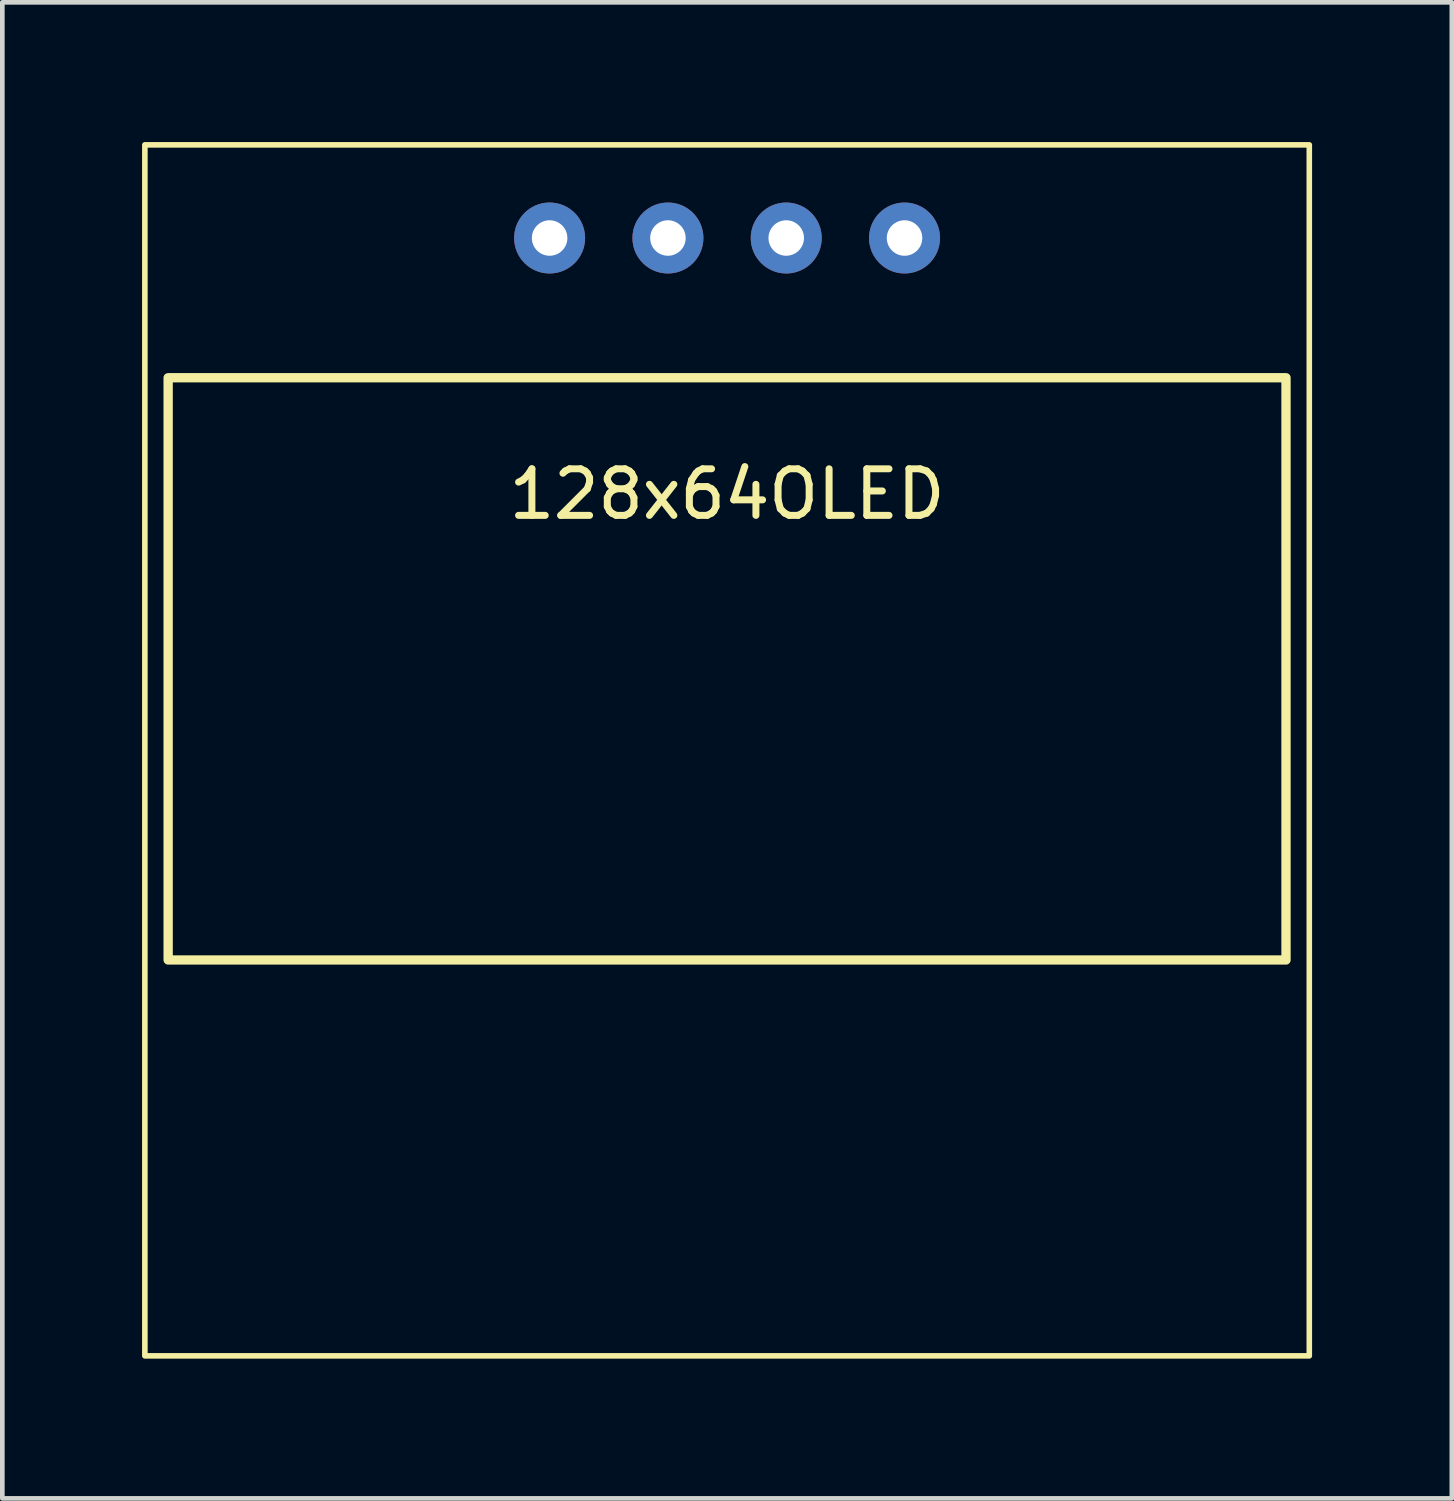
<source format=kicad_pcb>
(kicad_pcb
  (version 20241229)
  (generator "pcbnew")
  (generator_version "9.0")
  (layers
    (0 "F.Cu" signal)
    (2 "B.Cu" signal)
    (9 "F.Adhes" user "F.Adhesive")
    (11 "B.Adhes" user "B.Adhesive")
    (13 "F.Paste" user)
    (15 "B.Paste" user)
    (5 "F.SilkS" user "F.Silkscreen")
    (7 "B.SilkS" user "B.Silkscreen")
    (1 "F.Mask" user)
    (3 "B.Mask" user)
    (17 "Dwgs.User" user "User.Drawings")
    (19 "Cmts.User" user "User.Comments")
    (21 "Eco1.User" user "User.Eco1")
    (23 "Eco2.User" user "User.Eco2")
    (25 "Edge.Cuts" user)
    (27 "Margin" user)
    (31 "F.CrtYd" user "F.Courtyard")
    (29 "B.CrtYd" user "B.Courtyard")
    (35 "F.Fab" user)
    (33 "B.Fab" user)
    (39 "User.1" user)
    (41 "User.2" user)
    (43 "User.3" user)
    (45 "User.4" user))
  (footprint "128x64OLED"
    (layer "F.Cu")
    (at 12.56 13.06)
    (property "Reference" "128x64OLED" (at 0 -5.5 0) (unlocked yes) (layer "F.SilkS") (effects (font (size 1 1) (thickness 0.15))))
    (attr through_hole)
    (fp_rect (start -12.5 -13) (end 12.5 13) (stroke (width 0.12) (type solid)) (fill no) (layer "F.SilkS"))
    (fp_rect (start 12 -8) (end -12 4.5) (stroke (width 0.2) (type solid)) (fill no) (layer "F.SilkS"))
    (pad "1" thru_hole circle (at -3.81 -11) (size 1.524 1.524) (drill 0.762) (layers "*.Cu" "*.Mask"))
    (pad "2" thru_hole circle (at -1.27 -11) (size 1.524 1.524) (drill 0.762) (layers "*.Cu" "*.Mask"))
    (pad "3" thru_hole circle (at 1.27 -11) (size 1.524 1.524) (drill 0.762) (layers "*.Cu" "*.Mask"))
    (pad "4" thru_hole circle (at 3.81 -11) (size 1.524 1.524) (drill 0.762) (layers "*.Cu" "*.Mask")))
  (gr_rect
    (start -3 -3)
    (end 28.12 29.12)
    (stroke (width 0.1) (type default))
    (fill no)
    (layer "Edge.Cuts")))
</source>
